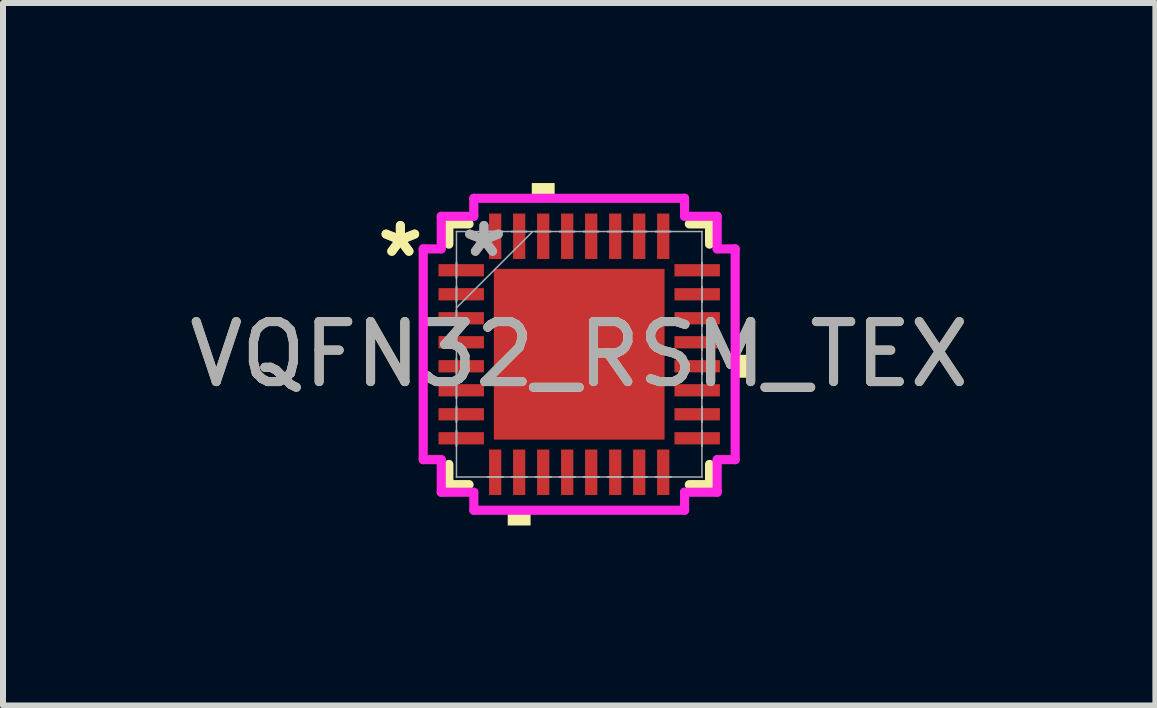
<source format=kicad_pcb>
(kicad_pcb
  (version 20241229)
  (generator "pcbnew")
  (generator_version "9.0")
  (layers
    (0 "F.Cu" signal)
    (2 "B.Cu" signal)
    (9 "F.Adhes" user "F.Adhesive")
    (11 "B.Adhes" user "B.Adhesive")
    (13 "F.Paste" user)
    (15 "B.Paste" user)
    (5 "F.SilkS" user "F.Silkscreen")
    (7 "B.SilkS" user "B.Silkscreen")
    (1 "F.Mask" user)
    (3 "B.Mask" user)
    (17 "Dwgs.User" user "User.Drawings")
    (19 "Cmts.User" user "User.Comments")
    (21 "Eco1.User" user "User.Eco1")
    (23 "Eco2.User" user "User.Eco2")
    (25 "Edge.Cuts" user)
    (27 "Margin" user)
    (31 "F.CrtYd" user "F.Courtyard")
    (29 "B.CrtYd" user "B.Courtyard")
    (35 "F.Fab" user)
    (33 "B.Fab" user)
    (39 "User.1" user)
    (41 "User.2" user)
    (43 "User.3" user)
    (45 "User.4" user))
  (footprint "VQFN32_RSM_TEX"
    (layer "F.Cu")
    (at 6.601 2.853)
    (property "Reference" "VQFN32_RSM_TEX" (at 0 0 0) (unlocked yes) (layer "F.SilkS") (effects (font (size 1 1) (thickness 0.15))))
    (attr smd)
    (fp_line (start -2.172 -2.172) (end -2.172 -1.835) (stroke (width 0.152) (type solid)) (layer "F.SilkS"))
    (fp_line (start -2.172 1.835) (end -2.172 2.172) (stroke (width 0.152) (type solid)) (layer "F.SilkS"))
    (fp_line (start -2.172 2.172) (end -1.835 2.172) (stroke (width 0.152) (type solid)) (layer "F.SilkS"))
    (fp_line (start -1.835 -2.172) (end -2.172 -2.172) (stroke (width 0.152) (type solid)) (layer "F.SilkS"))
    (fp_line (start 1.835 2.172) (end 2.172 2.172) (stroke (width 0.152) (type solid)) (layer "F.SilkS"))
    (fp_line (start 2.172 -2.172) (end 1.835 -2.172) (stroke (width 0.152) (type solid)) (layer "F.SilkS"))
    (fp_line (start 2.172 -1.835) (end 2.172 -2.172) (stroke (width 0.152) (type solid)) (layer "F.SilkS"))
    (fp_line (start 2.172 2.172) (end 2.172 1.835) (stroke (width 0.152) (type solid)) (layer "F.SilkS"))
    (fp_poly (pts (xy -1.191 2.599) (xy -1.191 2.853) (xy -0.81 2.853) (xy -0.81 2.599)) (stroke (width 0) (type solid)) (fill yes) (layer "F.SilkS"))
    (fp_poly (pts (xy -0.79 -2.599) (xy -0.79 -2.853) (xy -0.409 -2.853) (xy -0.409 -2.599)) (stroke (width 0) (type solid)) (fill yes) (layer "F.SilkS"))
    (fp_poly (pts (xy 2.853 0.009) (xy 2.853 0.391) (xy 2.599 0.391) (xy 2.599 0.009)) (stroke (width 0) (type solid)) (fill yes) (layer "F.SilkS"))
    (fp_poly (pts (xy -1.322 -1.322) (xy -1.322 -0.1) (xy -0.1 -0.1) (xy -0.1 -1.322)) (stroke (width 0) (type solid)) (fill yes) (layer "F.Paste"))
    (fp_poly (pts (xy -1.322 0.1) (xy -1.322 1.322) (xy -0.1 1.322) (xy -0.1 0.1)) (stroke (width 0) (type solid)) (fill yes) (layer "F.Paste"))
    (fp_poly (pts (xy 0.1 -1.322) (xy 0.1 -0.1) (xy 1.322 -0.1) (xy 1.322 -1.322)) (stroke (width 0) (type solid)) (fill yes) (layer "F.Paste"))
    (fp_poly (pts (xy 0.1 0.1) (xy 0.1 1.322) (xy 1.322 1.322) (xy 1.322 0.1)) (stroke (width 0) (type solid)) (fill yes) (layer "F.Paste"))
    (fp_line (start -2.599 -1.756) (end -2.299 -1.756) (stroke (width 0.152) (type solid)) (layer "F.CrtYd"))
    (fp_line (start -2.599 1.756) (end -2.599 -1.756) (stroke (width 0.152) (type solid)) (layer "F.CrtYd"))
    (fp_line (start -2.299 -2.299) (end -1.756 -2.299) (stroke (width 0.152) (type solid)) (layer "F.CrtYd"))
    (fp_line (start -2.299 -1.756) (end -2.299 -2.299) (stroke (width 0.152) (type solid)) (layer "F.CrtYd"))
    (fp_line (start -2.299 1.756) (end -2.599 1.756) (stroke (width 0.152) (type solid)) (layer "F.CrtYd"))
    (fp_line (start -2.299 2.299) (end -2.299 1.756) (stroke (width 0.152) (type solid)) (layer "F.CrtYd"))
    (fp_line (start -1.756 -2.599) (end 1.756 -2.599) (stroke (width 0.152) (type solid)) (layer "F.CrtYd"))
    (fp_line (start -1.756 -2.299) (end -1.756 -2.599) (stroke (width 0.152) (type solid)) (layer "F.CrtYd"))
    (fp_line (start -1.756 2.299) (end -2.299 2.299) (stroke (width 0.152) (type solid)) (layer "F.CrtYd"))
    (fp_line (start -1.756 2.599) (end -1.756 2.299) (stroke (width 0.152) (type solid)) (layer "F.CrtYd"))
    (fp_line (start 1.756 -2.599) (end 1.756 -2.299) (stroke (width 0.152) (type solid)) (layer "F.CrtYd"))
    (fp_line (start 1.756 -2.299) (end 2.299 -2.299) (stroke (width 0.152) (type solid)) (layer "F.CrtYd"))
    (fp_line (start 1.756 2.299) (end 1.756 2.599) (stroke (width 0.152) (type solid)) (layer "F.CrtYd"))
    (fp_line (start 1.756 2.599) (end -1.756 2.599) (stroke (width 0.152) (type solid)) (layer "F.CrtYd"))
    (fp_line (start 2.299 -2.299) (end 2.299 -1.756) (stroke (width 0.152) (type solid)) (layer "F.CrtYd"))
    (fp_line (start 2.299 -1.756) (end 2.599 -1.756) (stroke (width 0.152) (type solid)) (layer "F.CrtYd"))
    (fp_line (start 2.299 1.756) (end 2.299 2.299) (stroke (width 0.152) (type solid)) (layer "F.CrtYd"))
    (fp_line (start 2.299 2.299) (end 1.756 2.299) (stroke (width 0.152) (type solid)) (layer "F.CrtYd"))
    (fp_line (start 2.599 -1.756) (end 2.599 1.756) (stroke (width 0.152) (type solid)) (layer "F.CrtYd"))
    (fp_line (start 2.599 1.756) (end 2.299 1.756) (stroke (width 0.152) (type solid)) (layer "F.CrtYd"))
    (fp_line (start -2.045 -2.045) (end -2.045 -2.045) (stroke (width 0.025) (type solid)) (layer "F.Fab"))
    (fp_line (start -2.045 -2.045) (end -2.045 2.045) (stroke (width 0.025) (type solid)) (layer "F.Fab"))
    (fp_line (start -2.045 -1.527) (end -2.045 -1.527) (stroke (width 0.025) (type solid)) (layer "F.Fab"))
    (fp_line (start -2.045 -1.527) (end -2.045 -1.273) (stroke (width 0.025) (type solid)) (layer "F.Fab"))
    (fp_line (start -2.045 -1.273) (end -2.045 -1.527) (stroke (width 0.025) (type solid)) (layer "F.Fab"))
    (fp_line (start -2.045 -1.273) (end -2.045 -1.273) (stroke (width 0.025) (type solid)) (layer "F.Fab"))
    (fp_line (start -2.045 -1.127) (end -2.045 -1.127) (stroke (width 0.025) (type solid)) (layer "F.Fab"))
    (fp_line (start -2.045 -1.127) (end -2.045 -0.873) (stroke (width 0.025) (type solid)) (layer "F.Fab"))
    (fp_line (start -2.045 -0.873) (end -2.045 -1.127) (stroke (width 0.025) (type solid)) (layer "F.Fab"))
    (fp_line (start -2.045 -0.873) (end -2.045 -0.873) (stroke (width 0.025) (type solid)) (layer "F.Fab"))
    (fp_line (start -2.045 -0.775) (end -0.775 -2.045) (stroke (width 0.025) (type solid)) (layer "F.Fab"))
    (fp_line (start -2.045 -0.727) (end -2.045 -0.727) (stroke (width 0.025) (type solid)) (layer "F.Fab"))
    (fp_line (start -2.045 -0.727) (end -2.045 -0.473) (stroke (width 0.025) (type solid)) (layer "F.Fab"))
    (fp_line (start -2.045 -0.473) (end -2.045 -0.727) (stroke (width 0.025) (type solid)) (layer "F.Fab"))
    (fp_line (start -2.045 -0.473) (end -2.045 -0.473) (stroke (width 0.025) (type solid)) (layer "F.Fab"))
    (fp_line (start -2.045 -0.327) (end -2.045 -0.327) (stroke (width 0.025) (type solid)) (layer "F.Fab"))
    (fp_line (start -2.045 -0.327) (end -2.045 -0.073) (stroke (width 0.025) (type solid)) (layer "F.Fab"))
    (fp_line (start -2.045 -0.073) (end -2.045 -0.327) (stroke (width 0.025) (type solid)) (layer "F.Fab"))
    (fp_line (start -2.045 -0.073) (end -2.045 -0.073) (stroke (width 0.025) (type solid)) (layer "F.Fab"))
    (fp_line (start -2.045 0.073) (end -2.045 0.073) (stroke (width 0.025) (type solid)) (layer "F.Fab"))
    (fp_line (start -2.045 0.073) (end -2.045 0.327) (stroke (width 0.025) (type solid)) (layer "F.Fab"))
    (fp_line (start -2.045 0.327) (end -2.045 0.073) (stroke (width 0.025) (type solid)) (layer "F.Fab"))
    (fp_line (start -2.045 0.327) (end -2.045 0.327) (stroke (width 0.025) (type solid)) (layer "F.Fab"))
    (fp_line (start -2.045 0.473) (end -2.045 0.473) (stroke (width 0.025) (type solid)) (layer "F.Fab"))
    (fp_line (start -2.045 0.473) (end -2.045 0.727) (stroke (width 0.025) (type solid)) (layer "F.Fab"))
    (fp_line (start -2.045 0.727) (end -2.045 0.473) (stroke (width 0.025) (type solid)) (layer "F.Fab"))
    (fp_line (start -2.045 0.727) (end -2.045 0.727) (stroke (width 0.025) (type solid)) (layer "F.Fab"))
    (fp_line (start -2.045 0.873) (end -2.045 0.873) (stroke (width 0.025) (type solid)) (layer "F.Fab"))
    (fp_line (start -2.045 0.873) (end -2.045 1.127) (stroke (width 0.025) (type solid)) (layer "F.Fab"))
    (fp_line (start -2.045 1.127) (end -2.045 0.873) (stroke (width 0.025) (type solid)) (layer "F.Fab"))
    (fp_line (start -2.045 1.127) (end -2.045 1.127) (stroke (width 0.025) (type solid)) (layer "F.Fab"))
    (fp_line (start -2.045 1.273) (end -2.045 1.273) (stroke (width 0.025) (type solid)) (layer "F.Fab"))
    (fp_line (start -2.045 1.273) (end -2.045 1.527) (stroke (width 0.025) (type solid)) (layer "F.Fab"))
    (fp_line (start -2.045 1.527) (end -2.045 1.273) (stroke (width 0.025) (type solid)) (layer "F.Fab"))
    (fp_line (start -2.045 1.527) (end -2.045 1.527) (stroke (width 0.025) (type solid)) (layer "F.Fab"))
    (fp_line (start -2.045 2.045) (end -2.045 2.045) (stroke (width 0.025) (type solid)) (layer "F.Fab"))
    (fp_line (start -2.045 2.045) (end 2.045 2.045) (stroke (width 0.025) (type solid)) (layer "F.Fab"))
    (fp_line (start -1.527 -2.045) (end -1.527 -2.045) (stroke (width 0.025) (type solid)) (layer "F.Fab"))
    (fp_line (start -1.527 -2.045) (end -1.273 -2.045) (stroke (width 0.025) (type solid)) (layer "F.Fab"))
    (fp_line (start -1.527 2.045) (end -1.527 2.045) (stroke (width 0.025) (type solid)) (layer "F.Fab"))
    (fp_line (start -1.527 2.045) (end -1.273 2.045) (stroke (width 0.025) (type solid)) (layer "F.Fab"))
    (fp_line (start -1.273 -2.045) (end -1.527 -2.045) (stroke (width 0.025) (type solid)) (layer "F.Fab"))
    (fp_line (start -1.273 -2.045) (end -1.273 -2.045) (stroke (width 0.025) (type solid)) (layer "F.Fab"))
    (fp_line (start -1.273 2.045) (end -1.527 2.045) (stroke (width 0.025) (type solid)) (layer "F.Fab"))
    (fp_line (start -1.273 2.045) (end -1.273 2.045) (stroke (width 0.025) (type solid)) (layer "F.Fab"))
    (fp_line (start -1.127 -2.045) (end -1.127 -2.045) (stroke (width 0.025) (type solid)) (layer "F.Fab"))
    (fp_line (start -1.127 -2.045) (end -0.873 -2.045) (stroke (width 0.025) (type solid)) (layer "F.Fab"))
    (fp_line (start -1.127 2.045) (end -1.127 2.045) (stroke (width 0.025) (type solid)) (layer "F.Fab"))
    (fp_line (start -1.127 2.045) (end -0.873 2.045) (stroke (width 0.025) (type solid)) (layer "F.Fab"))
    (fp_line (start -0.873 -2.045) (end -1.127 -2.045) (stroke (width 0.025) (type solid)) (layer "F.Fab"))
    (fp_line (start -0.873 -2.045) (end -0.873 -2.045) (stroke (width 0.025) (type solid)) (layer "F.Fab"))
    (fp_line (start -0.873 2.045) (end -1.127 2.045) (stroke (width 0.025) (type solid)) (layer "F.Fab"))
    (fp_line (start -0.873 2.045) (end -0.873 2.045) (stroke (width 0.025) (type solid)) (layer "F.Fab"))
    (fp_line (start -0.727 -2.045) (end -0.727 -2.045) (stroke (width 0.025) (type solid)) (layer "F.Fab"))
    (fp_line (start -0.727 -2.045) (end -0.473 -2.045) (stroke (width 0.025) (type solid)) (layer "F.Fab"))
    (fp_line (start -0.727 2.045) (end -0.727 2.045) (stroke (width 0.025) (type solid)) (layer "F.Fab"))
    (fp_line (start -0.727 2.045) (end -0.473 2.045) (stroke (width 0.025) (type solid)) (layer "F.Fab"))
    (fp_line (start -0.473 -2.045) (end -0.727 -2.045) (stroke (width 0.025) (type solid)) (layer "F.Fab"))
    (fp_line (start -0.473 -2.045) (end -0.473 -2.045) (stroke (width 0.025) (type solid)) (layer "F.Fab"))
    (fp_line (start -0.473 2.045) (end -0.727 2.045) (stroke (width 0.025) (type solid)) (layer "F.Fab"))
    (fp_line (start -0.473 2.045) (end -0.473 2.045) (stroke (width 0.025) (type solid)) (layer "F.Fab"))
    (fp_line (start -0.327 -2.045) (end -0.327 -2.045) (stroke (width 0.025) (type solid)) (layer "F.Fab"))
    (fp_line (start -0.327 -2.045) (end -0.073 -2.045) (stroke (width 0.025) (type solid)) (layer "F.Fab"))
    (fp_line (start -0.327 2.045) (end -0.327 2.045) (stroke (width 0.025) (type solid)) (layer "F.Fab"))
    (fp_line (start -0.327 2.045) (end -0.073 2.045) (stroke (width 0.025) (type solid)) (layer "F.Fab"))
    (fp_line (start -0.073 -2.045) (end -0.327 -2.045) (stroke (width 0.025) (type solid)) (layer "F.Fab"))
    (fp_line (start -0.073 -2.045) (end -0.073 -2.045) (stroke (width 0.025) (type solid)) (layer "F.Fab"))
    (fp_line (start -0.073 2.045) (end -0.327 2.045) (stroke (width 0.025) (type solid)) (layer "F.Fab"))
    (fp_line (start -0.073 2.045) (end -0.073 2.045) (stroke (width 0.025) (type solid)) (layer "F.Fab"))
    (fp_line (start 0.073 -2.045) (end 0.073 -2.045) (stroke (width 0.025) (type solid)) (layer "F.Fab"))
    (fp_line (start 0.073 -2.045) (end 0.327 -2.045) (stroke (width 0.025) (type solid)) (layer "F.Fab"))
    (fp_line (start 0.073 2.045) (end 0.073 2.045) (stroke (width 0.025) (type solid)) (layer "F.Fab"))
    (fp_line (start 0.073 2.045) (end 0.327 2.045) (stroke (width 0.025) (type solid)) (layer "F.Fab"))
    (fp_line (start 0.327 -2.045) (end 0.073 -2.045) (stroke (width 0.025) (type solid)) (layer "F.Fab"))
    (fp_line (start 0.327 -2.045) (end 0.327 -2.045) (stroke (width 0.025) (type solid)) (layer "F.Fab"))
    (fp_line (start 0.327 2.045) (end 0.073 2.045) (stroke (width 0.025) (type solid)) (layer "F.Fab"))
    (fp_line (start 0.327 2.045) (end 0.327 2.045) (stroke (width 0.025) (type solid)) (layer "F.Fab"))
    (fp_line (start 0.473 -2.045) (end 0.473 -2.045) (stroke (width 0.025) (type solid)) (layer "F.Fab"))
    (fp_line (start 0.473 -2.045) (end 0.727 -2.045) (stroke (width 0.025) (type solid)) (layer "F.Fab"))
    (fp_line (start 0.473 2.045) (end 0.473 2.045) (stroke (width 0.025) (type solid)) (layer "F.Fab"))
    (fp_line (start 0.473 2.045) (end 0.727 2.045) (stroke (width 0.025) (type solid)) (layer "F.Fab"))
    (fp_line (start 0.727 -2.045) (end 0.473 -2.045) (stroke (width 0.025) (type solid)) (layer "F.Fab"))
    (fp_line (start 0.727 -2.045) (end 0.727 -2.045) (stroke (width 0.025) (type solid)) (layer "F.Fab"))
    (fp_line (start 0.727 2.045) (end 0.473 2.045) (stroke (width 0.025) (type solid)) (layer "F.Fab"))
    (fp_line (start 0.727 2.045) (end 0.727 2.045) (stroke (width 0.025) (type solid)) (layer "F.Fab"))
    (fp_line (start 0.873 -2.045) (end 0.873 -2.045) (stroke (width 0.025) (type solid)) (layer "F.Fab"))
    (fp_line (start 0.873 -2.045) (end 1.127 -2.045) (stroke (width 0.025) (type solid)) (layer "F.Fab"))
    (fp_line (start 0.873 2.045) (end 0.873 2.045) (stroke (width 0.025) (type solid)) (layer "F.Fab"))
    (fp_line (start 0.873 2.045) (end 1.127 2.045) (stroke (width 0.025) (type solid)) (layer "F.Fab"))
    (fp_line (start 1.127 -2.045) (end 0.873 -2.045) (stroke (width 0.025) (type solid)) (layer "F.Fab"))
    (fp_line (start 1.127 -2.045) (end 1.127 -2.045) (stroke (width 0.025) (type solid)) (layer "F.Fab"))
    (fp_line (start 1.127 2.045) (end 0.873 2.045) (stroke (width 0.025) (type solid)) (layer "F.Fab"))
    (fp_line (start 1.127 2.045) (end 1.127 2.045) (stroke (width 0.025) (type solid)) (layer "F.Fab"))
    (fp_line (start 1.273 -2.045) (end 1.273 -2.045) (stroke (width 0.025) (type solid)) (layer "F.Fab"))
    (fp_line (start 1.273 -2.045) (end 1.527 -2.045) (stroke (width 0.025) (type solid)) (layer "F.Fab"))
    (fp_line (start 1.273 2.045) (end 1.273 2.045) (stroke (width 0.025) (type solid)) (layer "F.Fab"))
    (fp_line (start 1.273 2.045) (end 1.527 2.045) (stroke (width 0.025) (type solid)) (layer "F.Fab"))
    (fp_line (start 1.527 -2.045) (end 1.273 -2.045) (stroke (width 0.025) (type solid)) (layer "F.Fab"))
    (fp_line (start 1.527 -2.045) (end 1.527 -2.045) (stroke (width 0.025) (type solid)) (layer "F.Fab"))
    (fp_line (start 1.527 2.045) (end 1.273 2.045) (stroke (width 0.025) (type solid)) (layer "F.Fab"))
    (fp_line (start 1.527 2.045) (end 1.527 2.045) (stroke (width 0.025) (type solid)) (layer "F.Fab"))
    (fp_line (start 2.045 -2.045) (end -2.045 -2.045) (stroke (width 0.025) (type solid)) (layer "F.Fab"))
    (fp_line (start 2.045 -2.045) (end 2.045 -2.045) (stroke (width 0.025) (type solid)) (layer "F.Fab"))
    (fp_line (start 2.045 -1.527) (end 2.045 -1.527) (stroke (width 0.025) (type solid)) (layer "F.Fab"))
    (fp_line (start 2.045 -1.527) (end 2.045 -1.273) (stroke (width 0.025) (type solid)) (layer "F.Fab"))
    (fp_line (start 2.045 -1.273) (end 2.045 -1.527) (stroke (width 0.025) (type solid)) (layer "F.Fab"))
    (fp_line (start 2.045 -1.273) (end 2.045 -1.273) (stroke (width 0.025) (type solid)) (layer "F.Fab"))
    (fp_line (start 2.045 -1.127) (end 2.045 -1.127) (stroke (width 0.025) (type solid)) (layer "F.Fab"))
    (fp_line (start 2.045 -1.127) (end 2.045 -0.873) (stroke (width 0.025) (type solid)) (layer "F.Fab"))
    (fp_line (start 2.045 -0.873) (end 2.045 -1.127) (stroke (width 0.025) (type solid)) (layer "F.Fab"))
    (fp_line (start 2.045 -0.873) (end 2.045 -0.873) (stroke (width 0.025) (type solid)) (layer "F.Fab"))
    (fp_line (start 2.045 -0.727) (end 2.045 -0.727) (stroke (width 0.025) (type solid)) (layer "F.Fab"))
    (fp_line (start 2.045 -0.727) (end 2.045 -0.473) (stroke (width 0.025) (type solid)) (layer "F.Fab"))
    (fp_line (start 2.045 -0.473) (end 2.045 -0.727) (stroke (width 0.025) (type solid)) (layer "F.Fab"))
    (fp_line (start 2.045 -0.473) (end 2.045 -0.473) (stroke (width 0.025) (type solid)) (layer "F.Fab"))
    (fp_line (start 2.045 -0.327) (end 2.045 -0.327) (stroke (width 0.025) (type solid)) (layer "F.Fab"))
    (fp_line (start 2.045 -0.327) (end 2.045 -0.073) (stroke (width 0.025) (type solid)) (layer "F.Fab"))
    (fp_line (start 2.045 -0.073) (end 2.045 -0.327) (stroke (width 0.025) (type solid)) (layer "F.Fab"))
    (fp_line (start 2.045 -0.073) (end 2.045 -0.073) (stroke (width 0.025) (type solid)) (layer "F.Fab"))
    (fp_line (start 2.045 0.073) (end 2.045 0.073) (stroke (width 0.025) (type solid)) (layer "F.Fab"))
    (fp_line (start 2.045 0.073) (end 2.045 0.327) (stroke (width 0.025) (type solid)) (layer "F.Fab"))
    (fp_line (start 2.045 0.327) (end 2.045 0.073) (stroke (width 0.025) (type solid)) (layer "F.Fab"))
    (fp_line (start 2.045 0.327) (end 2.045 0.327) (stroke (width 0.025) (type solid)) (layer "F.Fab"))
    (fp_line (start 2.045 0.473) (end 2.045 0.473) (stroke (width 0.025) (type solid)) (layer "F.Fab"))
    (fp_line (start 2.045 0.473) (end 2.045 0.727) (stroke (width 0.025) (type solid)) (layer "F.Fab"))
    (fp_line (start 2.045 0.727) (end 2.045 0.473) (stroke (width 0.025) (type solid)) (layer "F.Fab"))
    (fp_line (start 2.045 0.727) (end 2.045 0.727) (stroke (width 0.025) (type solid)) (layer "F.Fab"))
    (fp_line (start 2.045 0.873) (end 2.045 0.873) (stroke (width 0.025) (type solid)) (layer "F.Fab"))
    (fp_line (start 2.045 0.873) (end 2.045 1.127) (stroke (width 0.025) (type solid)) (layer "F.Fab"))
    (fp_line (start 2.045 1.127) (end 2.045 0.873) (stroke (width 0.025) (type solid)) (layer "F.Fab"))
    (fp_line (start 2.045 1.127) (end 2.045 1.127) (stroke (width 0.025) (type solid)) (layer "F.Fab"))
    (fp_line (start 2.045 1.273) (end 2.045 1.273) (stroke (width 0.025) (type solid)) (layer "F.Fab"))
    (fp_line (start 2.045 1.273) (end 2.045 1.527) (stroke (width 0.025) (type solid)) (layer "F.Fab"))
    (fp_line (start 2.045 1.527) (end 2.045 1.273) (stroke (width 0.025) (type solid)) (layer "F.Fab"))
    (fp_line (start 2.045 1.527) (end 2.045 1.527) (stroke (width 0.025) (type solid)) (layer "F.Fab"))
    (fp_line (start 2.045 2.045) (end 2.045 -2.045) (stroke (width 0.025) (type solid)) (layer "F.Fab"))
    (fp_line (start 2.045 2.045) (end 2.045 2.045) (stroke (width 0.025) (type solid)) (layer "F.Fab"))
    (fp_text user "*" (at -2.98 -1.6 0) (unlocked yes) (layer "F.SilkS") (effects (font (size 1 1) (thickness 0.15))))
    (fp_text user "*" (at -2.98 -1.6 0) (layer "F.SilkS") (effects (font (size 1 1) (thickness 0.15))))
    (fp_text user "*" (at -1.587 -1.6 0) (unlocked yes) (layer "F.Fab") (effects (font (size 1 1) (thickness 0.15))))
    (fp_text user "${REFERENCE}" (at 0 0 0) (unlocked yes) (layer "F.Fab") (effects (font (size 1 1) (thickness 0.15))))
    (fp_text user "*" (at -1.587 -1.6 0) (layer "F.Fab") (effects (font (size 1 1) (thickness 0.15))))
    (pad "1" smd rect (at -1.966 -1.4 90) (size 0.204 0.757) (layers "F.Cu" "F.Mask" "F.Paste"))
    (pad "2" smd rect (at -1.966 -1 90) (size 0.204 0.757) (layers "F.Cu" "F.Mask" "F.Paste"))
    (pad "3" smd rect (at -1.966 -0.6 90) (size 0.204 0.757) (layers "F.Cu" "F.Mask" "F.Paste"))
    (pad "4" smd rect (at -1.966 -0.2 90) (size 0.204 0.757) (layers "F.Cu" "F.Mask" "F.Paste"))
    (pad "5" smd rect (at -1.966 0.2 90) (size 0.204 0.757) (layers "F.Cu" "F.Mask" "F.Paste"))
    (pad "6" smd rect (at -1.966 0.6 90) (size 0.204 0.757) (layers "F.Cu" "F.Mask" "F.Paste"))
    (pad "7" smd rect (at -1.966 1 90) (size 0.204 0.757) (layers "F.Cu" "F.Mask" "F.Paste"))
    (pad "8" smd rect (at -1.966 1.4 90) (size 0.204 0.757) (layers "F.Cu" "F.Mask" "F.Paste"))
    (pad "9" smd rect (at -1.4 1.966) (size 0.204 0.757) (layers "F.Cu" "F.Mask" "F.Paste"))
    (pad "10" smd rect (at -1 1.966) (size 0.204 0.757) (layers "F.Cu" "F.Mask" "F.Paste"))
    (pad "11" smd rect (at -0.6 1.966) (size 0.204 0.757) (layers "F.Cu" "F.Mask" "F.Paste"))
    (pad "12" smd rect (at -0.2 1.966) (size 0.204 0.757) (layers "F.Cu" "F.Mask" "F.Paste"))
    (pad "13" smd rect (at 0.2 1.966) (size 0.204 0.757) (layers "F.Cu" "F.Mask" "F.Paste"))
    (pad "14" smd rect (at 0.6 1.966) (size 0.204 0.757) (layers "F.Cu" "F.Mask" "F.Paste"))
    (pad "15" smd rect (at 1 1.966) (size 0.204 0.757) (layers "F.Cu" "F.Mask" "F.Paste"))
    (pad "16" smd rect (at 1.4 1.966) (size 0.204 0.757) (layers "F.Cu" "F.Mask" "F.Paste"))
    (pad "17" smd rect (at 1.966 1.4 90) (size 0.204 0.757) (layers "F.Cu" "F.Mask" "F.Paste"))
    (pad "18" smd rect (at 1.966 1 90) (size 0.204 0.757) (layers "F.Cu" "F.Mask" "F.Paste"))
    (pad "19" smd rect (at 1.966 0.6 90) (size 0.204 0.757) (layers "F.Cu" "F.Mask" "F.Paste"))
    (pad "20" smd rect (at 1.966 0.2 90) (size 0.204 0.757) (layers "F.Cu" "F.Mask" "F.Paste"))
    (pad "21" smd rect (at 1.966 -0.2 90) (size 0.204 0.757) (layers "F.Cu" "F.Mask" "F.Paste"))
    (pad "22" smd rect (at 1.966 -0.6 90) (size 0.204 0.757) (layers "F.Cu" "F.Mask" "F.Paste"))
    (pad "23" smd rect (at 1.966 -1 90) (size 0.204 0.757) (layers "F.Cu" "F.Mask" "F.Paste"))
    (pad "24" smd rect (at 1.966 -1.4 90) (size 0.204 0.757) (layers "F.Cu" "F.Mask" "F.Paste"))
    (pad "25" smd rect (at 1.4 -1.966) (size 0.204 0.757) (layers "F.Cu" "F.Mask" "F.Paste"))
    (pad "26" smd rect (at 1 -1.966) (size 0.204 0.757) (layers "F.Cu" "F.Mask" "F.Paste"))
    (pad "27" smd rect (at 0.6 -1.966) (size 0.204 0.757) (layers "F.Cu" "F.Mask" "F.Paste"))
    (pad "28" smd rect (at 0.2 -1.966) (size 0.204 0.757) (layers "F.Cu" "F.Mask" "F.Paste"))
    (pad "29" smd rect (at -0.2 -1.966) (size 0.204 0.757) (layers "F.Cu" "F.Mask" "F.Paste"))
    (pad "30" smd rect (at -0.6 -1.966) (size 0.204 0.757) (layers "F.Cu" "F.Mask" "F.Paste"))
    (pad "31" smd rect (at -1 -1.966) (size 0.204 0.757) (layers "F.Cu" "F.Mask" "F.Paste"))
    (pad "32" smd rect (at -1.4 -1.966) (size 0.204 0.757) (layers "F.Cu" "F.Mask" "F.Paste"))
    (pad "33" smd rect (at 0 0) (size 2.845 2.845) (layers "F.Cu" "F.Mask" "F.Paste")))
  (gr_rect
    (start -3 -3)
    (end 16.202 8.705)
    (stroke (width 0.1) (type default))
    (fill no)
    (layer "Edge.Cuts")))
</source>
